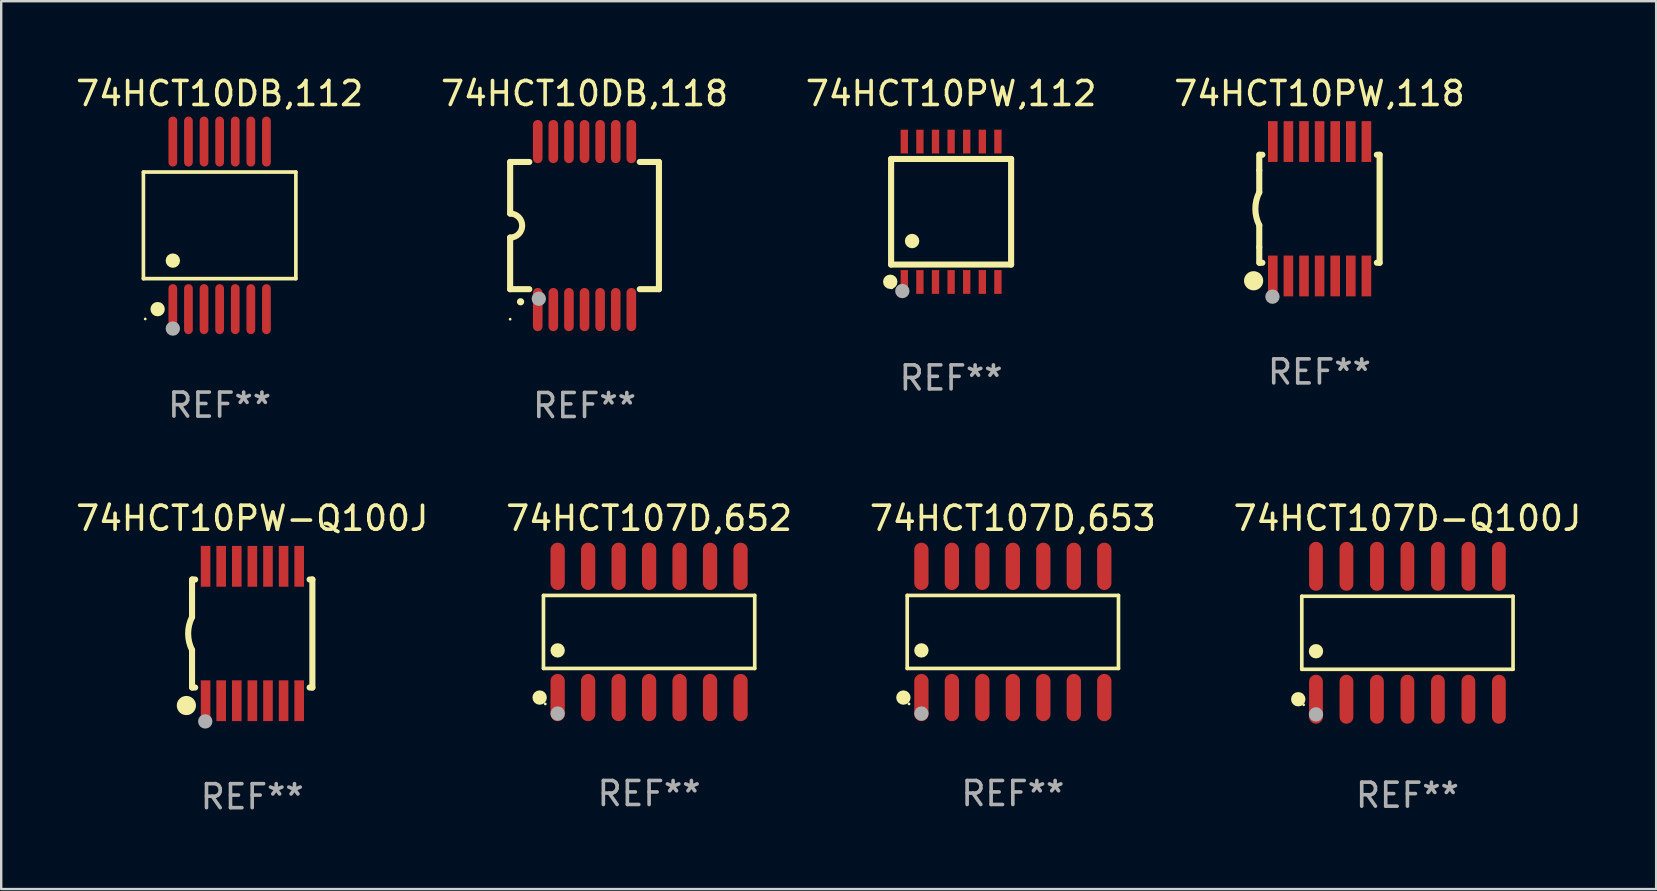
<source format=kicad_pcb>
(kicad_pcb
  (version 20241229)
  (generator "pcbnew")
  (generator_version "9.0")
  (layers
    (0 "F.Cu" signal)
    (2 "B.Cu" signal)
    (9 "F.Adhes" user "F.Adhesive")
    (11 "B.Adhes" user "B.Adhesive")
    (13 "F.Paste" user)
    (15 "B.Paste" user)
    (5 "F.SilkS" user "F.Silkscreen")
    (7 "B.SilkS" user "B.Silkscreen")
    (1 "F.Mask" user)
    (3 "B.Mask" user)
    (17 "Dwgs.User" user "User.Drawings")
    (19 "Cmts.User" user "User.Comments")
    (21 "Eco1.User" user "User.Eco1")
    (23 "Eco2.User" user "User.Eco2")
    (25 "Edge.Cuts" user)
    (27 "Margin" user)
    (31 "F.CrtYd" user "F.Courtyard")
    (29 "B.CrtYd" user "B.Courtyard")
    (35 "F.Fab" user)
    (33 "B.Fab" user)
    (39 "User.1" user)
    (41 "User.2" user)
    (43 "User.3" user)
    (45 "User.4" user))
  (footprint "74HCT10PW,118"
    (layer "F.Cu")
    (at 51.923 5.648)
    (property "Reference" "74HCT10PW,118" (at 0 -4.8 0) (layer "F.SilkS") (effects (font (size 1 1) (thickness 0.15))))
    (attr through_hole)
    (fp_line (start -2.507 -1.6) (end -2.507 -2.25) (stroke (width 0.254) (type solid)) (layer "F.SilkS"))
    (fp_line (start -2.507 -0.686) (end -2.507 -1.6) (stroke (width 0.254) (type solid)) (layer "F.SilkS"))
    (fp_line (start -2.507 1.6) (end -2.507 0.686) (stroke (width 0.254) (type solid)) (layer "F.SilkS"))
    (fp_line (start -2.507 1.6) (end -2.507 2.25) (stroke (width 0.254) (type solid)) (layer "F.SilkS"))
    (fp_line (start -2.493 -2.25) (end -2.377 -2.25) (stroke (width 0.254) (type solid)) (layer "F.SilkS"))
    (fp_line (start -2.377 2.25) (end -2.493 2.25) (stroke (width 0.254) (type solid)) (layer "F.SilkS"))
    (fp_line (start 2.392 -2.25) (end 2.507 -2.25) (stroke (width 0.254) (type solid)) (layer "F.SilkS"))
    (fp_line (start 2.507 -2.25) (end 2.507 2.25) (stroke (width 0.254) (type solid)) (layer "F.SilkS"))
    (fp_line (start 2.507 2.25) (end 2.392 2.25) (stroke (width 0.254) (type solid)) (layer "F.SilkS"))
    (fp_arc (start -2.507303 0.685802) (mid -2.669199 0) (end -2.507303 -0.685801) (stroke (width 0.254001) (type solid)) (layer "F.SilkS"))
    (fp_circle (center -2.743 3) (end -2.543 3) (stroke (width 0.4) (type solid)) (fill no) (layer "F.SilkS"))
    (fp_circle (center -2.493 3.2) (end -2.463 3.2) (stroke (width 0.06) (type solid)) (fill no) (layer "F.SilkS"))
    (fp_circle (center -1.957 3.662) (end -1.807 3.662) (stroke (width 0.3) (type solid)) (fill no) (layer "F.Fab"))
    (fp_text user "REF**" (at 0 6.8 0) (layer "F.Fab") (effects (font (size 1 1) (thickness 0.15))))
    (pad "1" smd rect (at -1.943 2.8) (size 0.4 1.7) (layers "F.Cu" "F.Mask" "F.Paste"))
    (pad "2" smd rect (at -1.293 2.8) (size 0.4 1.7) (layers "F.Cu" "F.Mask" "F.Paste"))
    (pad "3" smd rect (at -0.643 2.8) (size 0.4 1.7) (layers "F.Cu" "F.Mask" "F.Paste"))
    (pad "4" smd rect (at 0.007 2.8) (size 0.4 1.7) (layers "F.Cu" "F.Mask" "F.Paste"))
    (pad "5" smd rect (at 0.657 2.8) (size 0.4 1.7) (layers "F.Cu" "F.Mask" "F.Paste"))
    (pad "6" smd rect (at 1.307 2.8) (size 0.4 1.7) (layers "F.Cu" "F.Mask" "F.Paste"))
    (pad "7" smd rect (at 1.957 2.8) (size 0.4 1.7) (layers "F.Cu" "F.Mask" "F.Paste"))
    (pad "8" smd rect (at 1.957 -2.8) (size 0.4 1.7) (layers "F.Cu" "F.Mask" "F.Paste"))
    (pad "9" smd rect (at 1.307 -2.8) (size 0.4 1.7) (layers "F.Cu" "F.Mask" "F.Paste"))
    (pad "10" smd rect (at 0.657 -2.8) (size 0.4 1.7) (layers "F.Cu" "F.Mask" "F.Paste"))
    (pad "11" smd rect (at 0.007 -2.8) (size 0.4 1.7) (layers "F.Cu" "F.Mask" "F.Paste"))
    (pad "12" smd rect (at -0.643 -2.8) (size 0.4 1.7) (layers "F.Cu" "F.Mask" "F.Paste"))
    (pad "13" smd rect (at -1.293 -2.8) (size 0.4 1.7) (layers "F.Cu" "F.Mask" "F.Paste"))
    (pad "14" smd rect (at -1.943 -2.8) (size 0.4 1.7) (layers "F.Cu" "F.Mask" "F.Paste")))
  (footprint "74HCT10DB,112"
    (layer "F.Cu")
    (at 6.101 6.339)
    (property "Reference" "74HCT10DB,112" (at 0 -5.491 0) (layer "F.SilkS") (effects (font (size 1 1) (thickness 0.15))))
    (attr through_hole)
    (fp_line (start -3.176 -2.221) (end 3.176 -2.221) (stroke (width 0.152) (type solid)) (layer "F.SilkS"))
    (fp_line (start -3.176 2.221) (end -3.176 -2.221) (stroke (width 0.152) (type solid)) (layer "F.SilkS"))
    (fp_line (start 3.176 -2.221) (end 3.176 2.221) (stroke (width 0.152) (type solid)) (layer "F.SilkS"))
    (fp_line (start 3.176 2.221) (end -3.176 2.221) (stroke (width 0.152) (type solid)) (layer "F.SilkS"))
    (fp_circle (center -3.1 3.9) (end -3.07 3.9) (stroke (width 0.06) (type solid)) (fill no) (layer "F.SilkS"))
    (fp_circle (center -2.584 3.491) (end -2.434 3.491) (stroke (width 0.3) (type solid)) (fill no) (layer "F.SilkS"))
    (fp_circle (center -1.95 1.469) (end -1.8 1.469) (stroke (width 0.3) (type solid)) (fill no) (layer "F.SilkS"))
    (fp_circle (center -1.95 4.3) (end -1.8 4.3) (stroke (width 0.3) (type solid)) (fill no) (layer "F.Fab"))
    (fp_text user "REF**" (at 0 7.491 0) (layer "F.Fab") (effects (font (size 1 1) (thickness 0.15))))
    (pad "1" smd oval (at -1.95 3.491) (size 0.364 2.082) (layers "F.Cu" "F.Mask" "F.Paste"))
    (pad "2" smd oval (at -1.3 3.491) (size 0.364 2.082) (layers "F.Cu" "F.Mask" "F.Paste"))
    (pad "3" smd oval (at -0.65 3.491) (size 0.364 2.082) (layers "F.Cu" "F.Mask" "F.Paste"))
    (pad "4" smd oval (at 0 3.491) (size 0.364 2.082) (layers "F.Cu" "F.Mask" "F.Paste"))
    (pad "5" smd oval (at 0.65 3.491) (size 0.364 2.082) (layers "F.Cu" "F.Mask" "F.Paste"))
    (pad "6" smd oval (at 1.3 3.491) (size 0.364 2.082) (layers "F.Cu" "F.Mask" "F.Paste"))
    (pad "7" smd oval (at 1.95 3.491) (size 0.364 2.082) (layers "F.Cu" "F.Mask" "F.Paste"))
    (pad "8" smd oval (at 1.95 -3.491) (size 0.364 2.082) (layers "F.Cu" "F.Mask" "F.Paste"))
    (pad "9" smd oval (at 1.3 -3.491) (size 0.364 2.082) (layers "F.Cu" "F.Mask" "F.Paste"))
    (pad "10" smd oval (at 0.65 -3.491) (size 0.364 2.082) (layers "F.Cu" "F.Mask" "F.Paste"))
    (pad "11" smd oval (at 0 -3.491) (size 0.364 2.082) (layers "F.Cu" "F.Mask" "F.Paste"))
    (pad "12" smd oval (at -0.65 -3.491) (size 0.364 2.082) (layers "F.Cu" "F.Mask" "F.Paste"))
    (pad "13" smd oval (at -1.3 -3.491) (size 0.364 2.082) (layers "F.Cu" "F.Mask" "F.Paste"))
    (pad "14" smd oval (at -1.95 -3.491) (size 0.364 2.082) (layers "F.Cu" "F.Mask" "F.Paste")))
  (footprint "74HCT107D,653"
    (layer "F.Cu")
    (at 39.149 23.279)
    (property "Reference" "74HCT107D,653" (at 0 -4.734 0) (layer "F.SilkS") (effects (font (size 1 1) (thickness 0.15))))
    (attr through_hole)
    (fp_line (start -4.401 -1.521) (end 4.401 -1.521) (stroke (width 0.152) (type solid)) (layer "F.SilkS"))
    (fp_line (start -4.401 1.521) (end -4.401 -1.521) (stroke (width 0.152) (type solid)) (layer "F.SilkS"))
    (fp_line (start 4.401 -1.521) (end 4.401 1.521) (stroke (width 0.152) (type solid)) (layer "F.SilkS"))
    (fp_line (start 4.401 1.521) (end -4.401 1.521) (stroke (width 0.152) (type solid)) (layer "F.SilkS"))
    (fp_circle (center -4.56 2.734) (end -4.41 2.734) (stroke (width 0.3) (type solid)) (fill no) (layer "F.SilkS"))
    (fp_circle (center -4.325 3) (end -4.295 3) (stroke (width 0.06) (type solid)) (fill no) (layer "F.SilkS"))
    (fp_circle (center -3.81 0.769) (end -3.66 0.769) (stroke (width 0.3) (type solid)) (fill no) (layer "F.SilkS"))
    (fp_circle (center -3.81 3.4) (end -3.66 3.4) (stroke (width 0.3) (type solid)) (fill no) (layer "F.Fab"))
    (fp_text user "REF**" (at 0 6.734 0) (layer "F.Fab") (effects (font (size 1 1) (thickness 0.15))))
    (pad "1" smd oval (at -3.81 2.734) (size 0.595 1.968) (layers "F.Cu" "F.Mask" "F.Paste"))
    (pad "2" smd oval (at -2.54 2.734) (size 0.595 1.968) (layers "F.Cu" "F.Mask" "F.Paste"))
    (pad "3" smd oval (at -1.27 2.734) (size 0.595 1.968) (layers "F.Cu" "F.Mask" "F.Paste"))
    (pad "4" smd oval (at 0 2.734) (size 0.595 1.968) (layers "F.Cu" "F.Mask" "F.Paste"))
    (pad "5" smd oval (at 1.27 2.734) (size 0.595 1.968) (layers "F.Cu" "F.Mask" "F.Paste"))
    (pad "6" smd oval (at 2.54 2.734) (size 0.595 1.968) (layers "F.Cu" "F.Mask" "F.Paste"))
    (pad "7" smd oval (at 3.81 2.734) (size 0.595 1.968) (layers "F.Cu" "F.Mask" "F.Paste"))
    (pad "8" smd oval (at 3.81 -2.734) (size 0.595 1.968) (layers "F.Cu" "F.Mask" "F.Paste"))
    (pad "9" smd oval (at 2.54 -2.734) (size 0.595 1.968) (layers "F.Cu" "F.Mask" "F.Paste"))
    (pad "10" smd oval (at 1.27 -2.734) (size 0.595 1.968) (layers "F.Cu" "F.Mask" "F.Paste"))
    (pad "11" smd oval (at 0 -2.734) (size 0.595 1.968) (layers "F.Cu" "F.Mask" "F.Paste"))
    (pad "12" smd oval (at -1.27 -2.734) (size 0.595 1.968) (layers "F.Cu" "F.Mask" "F.Paste"))
    (pad "13" smd oval (at -2.54 -2.734) (size 0.595 1.968) (layers "F.Cu" "F.Mask" "F.Paste"))
    (pad "14" smd oval (at -3.81 -2.734) (size 0.595 1.968) (layers "F.Cu" "F.Mask" "F.Paste")))
  (footprint "74HCT10PW,112"
    (layer "F.Cu")
    (at 36.577 5.773)
    (property "Reference" "74HCT10PW,112" (at 0 -4.925 0) (layer "F.SilkS") (effects (font (size 1 1) (thickness 0.15))))
    (attr through_hole)
    (fp_line (start -2.5 2.2) (end -2.5 -2.2) (stroke (width 0.254) (type solid)) (layer "F.SilkS"))
    (fp_line (start -2.5 2.2) (end 2.5 2.2) (stroke (width 0.254) (type solid)) (layer "F.SilkS"))
    (fp_line (start 2.5 -2.2) (end -2.5 -2.2) (stroke (width 0.254) (type solid)) (layer "F.SilkS"))
    (fp_line (start 2.5 -2.2) (end 2.5 2.2) (stroke (width 0.254) (type solid)) (layer "F.SilkS"))
    (fp_circle (center -2.536 2.917) (end -2.386 2.917) (stroke (width 0.3) (type solid)) (fill no) (layer "F.SilkS"))
    (fp_circle (center -2.47 3.17) (end -2.44 3.17) (stroke (width 0.06) (type solid)) (fill no) (layer "F.SilkS"))
    (fp_circle (center -1.626 1.219) (end -1.475 1.219) (stroke (width 0.3) (type solid)) (fill no) (layer "F.SilkS"))
    (fp_circle (center -2.032 3.302) (end -1.882 3.302) (stroke (width 0.3) (type solid)) (fill no) (layer "F.Fab"))
    (fp_text user "REF**" (at 0 6.925 0) (layer "F.Fab") (effects (font (size 1 1) (thickness 0.15))))
    (pad "1" smd rect (at -1.95 2.925) (size 0.305 0.991) (layers "F.Cu" "F.Mask" "F.Paste"))
    (pad "2" smd rect (at -1.3 2.925) (size 0.305 0.991) (layers "F.Cu" "F.Mask" "F.Paste"))
    (pad "3" smd rect (at -0.65 2.925) (size 0.305 0.991) (layers "F.Cu" "F.Mask" "F.Paste"))
    (pad "4" smd rect (at 0 2.925) (size 0.305 0.991) (layers "F.Cu" "F.Mask" "F.Paste"))
    (pad "5" smd rect (at 0.65 2.925) (size 0.305 0.991) (layers "F.Cu" "F.Mask" "F.Paste"))
    (pad "6" smd rect (at 1.3 2.925) (size 0.305 0.991) (layers "F.Cu" "F.Mask" "F.Paste"))
    (pad "7" smd rect (at 1.95 2.925) (size 0.305 0.991) (layers "F.Cu" "F.Mask" "F.Paste"))
    (pad "8" smd rect (at 1.95 -2.925) (size 0.305 0.991) (layers "F.Cu" "F.Mask" "F.Paste"))
    (pad "9" smd rect (at 1.3 -2.925) (size 0.305 0.991) (layers "F.Cu" "F.Mask" "F.Paste"))
    (pad "10" smd rect (at 0.65 -2.925) (size 0.305 0.991) (layers "F.Cu" "F.Mask" "F.Paste"))
    (pad "11" smd rect (at 0 -2.925) (size 0.305 0.991) (layers "F.Cu" "F.Mask" "F.Paste"))
    (pad "12" smd rect (at -0.65 -2.925) (size 0.305 0.991) (layers "F.Cu" "F.Mask" "F.Paste"))
    (pad "13" smd rect (at -1.3 -2.925) (size 0.305 0.991) (layers "F.Cu" "F.Mask" "F.Paste"))
    (pad "14" smd rect (at -1.95 -2.925) (size 0.305 0.991) (layers "F.Cu" "F.Mask" "F.Paste")))
  (footprint "74HCT107D,652"
    (layer "F.Cu")
    (at 23.994 23.279)
    (property "Reference" "74HCT107D,652" (at 0 -4.734 0) (layer "F.SilkS") (effects (font (size 1 1) (thickness 0.15))))
    (attr through_hole)
    (fp_line (start -4.401 -1.521) (end 4.401 -1.521) (stroke (width 0.152) (type solid)) (layer "F.SilkS"))
    (fp_line (start -4.401 1.521) (end -4.401 -1.521) (stroke (width 0.152) (type solid)) (layer "F.SilkS"))
    (fp_line (start 4.401 -1.521) (end 4.401 1.521) (stroke (width 0.152) (type solid)) (layer "F.SilkS"))
    (fp_line (start 4.401 1.521) (end -4.401 1.521) (stroke (width 0.152) (type solid)) (layer "F.SilkS"))
    (fp_circle (center -4.56 2.734) (end -4.41 2.734) (stroke (width 0.3) (type solid)) (fill no) (layer "F.SilkS"))
    (fp_circle (center -4.325 3) (end -4.295 3) (stroke (width 0.06) (type solid)) (fill no) (layer "F.SilkS"))
    (fp_circle (center -3.81 0.769) (end -3.66 0.769) (stroke (width 0.3) (type solid)) (fill no) (layer "F.SilkS"))
    (fp_circle (center -3.81 3.4) (end -3.66 3.4) (stroke (width 0.3) (type solid)) (fill no) (layer "F.Fab"))
    (fp_text user "REF**" (at 0 6.734 0) (layer "F.Fab") (effects (font (size 1 1) (thickness 0.15))))
    (pad "1" smd oval (at -3.81 2.734) (size 0.595 1.968) (layers "F.Cu" "F.Mask" "F.Paste"))
    (pad "2" smd oval (at -2.54 2.734) (size 0.595 1.968) (layers "F.Cu" "F.Mask" "F.Paste"))
    (pad "3" smd oval (at -1.27 2.734) (size 0.595 1.968) (layers "F.Cu" "F.Mask" "F.Paste"))
    (pad "4" smd oval (at 0 2.734) (size 0.595 1.968) (layers "F.Cu" "F.Mask" "F.Paste"))
    (pad "5" smd oval (at 1.27 2.734) (size 0.595 1.968) (layers "F.Cu" "F.Mask" "F.Paste"))
    (pad "6" smd oval (at 2.54 2.734) (size 0.595 1.968) (layers "F.Cu" "F.Mask" "F.Paste"))
    (pad "7" smd oval (at 3.81 2.734) (size 0.595 1.968) (layers "F.Cu" "F.Mask" "F.Paste"))
    (pad "8" smd oval (at 3.81 -2.734) (size 0.595 1.968) (layers "F.Cu" "F.Mask" "F.Paste"))
    (pad "9" smd oval (at 2.54 -2.734) (size 0.595 1.968) (layers "F.Cu" "F.Mask" "F.Paste"))
    (pad "10" smd oval (at 1.27 -2.734) (size 0.595 1.968) (layers "F.Cu" "F.Mask" "F.Paste"))
    (pad "11" smd oval (at 0 -2.734) (size 0.595 1.968) (layers "F.Cu" "F.Mask" "F.Paste"))
    (pad "12" smd oval (at -1.27 -2.734) (size 0.595 1.968) (layers "F.Cu" "F.Mask" "F.Paste"))
    (pad "13" smd oval (at -2.54 -2.734) (size 0.595 1.968) (layers "F.Cu" "F.Mask" "F.Paste"))
    (pad "14" smd oval (at -3.81 -2.734) (size 0.595 1.968) (layers "F.Cu" "F.Mask" "F.Paste")))
  (footprint "74HCT10DB,118"
    (layer "F.Cu")
    (at 21.304 6.348)
    (property "Reference" "74HCT10DB,118" (at 0 -5.5 0) (layer "F.SilkS") (effects (font (size 1 1) (thickness 0.15))))
    (attr through_hole)
    (fp_line (start -3.1 2.65) (end -3.1 0.5) (stroke (width 0.254) (type solid)) (layer "F.SilkS"))
    (fp_line (start -3.099 -2.65) (end -2.301 -2.65) (stroke (width 0.254) (type solid)) (layer "F.SilkS"))
    (fp_line (start -3.099 -0.5) (end -3.099 -2.65) (stroke (width 0.254) (type solid)) (layer "F.SilkS"))
    (fp_line (start -2.301 2.65) (end -3.1 2.65) (stroke (width 0.254) (type solid)) (layer "F.SilkS"))
    (fp_line (start 2.301 -2.65) (end 3.1 -2.65) (stroke (width 0.254) (type solid)) (layer "F.SilkS"))
    (fp_line (start 3.1 -2.65) (end 3.1 2.65) (stroke (width 0.254) (type solid)) (layer "F.SilkS"))
    (fp_line (start 3.1 2.65) (end 2.301 2.65) (stroke (width 0.254) (type solid)) (layer "F.SilkS"))
    (fp_arc (start -3.098806 -0.500381) (mid -2.598806 0) (end -3.098806 0.500381) (stroke (width 0.254001) (type solid)) (layer "F.SilkS"))
    (fp_arc (start -2.667005 3.175006) (mid -2.665735 3.175001) (end -2.664465 3.175006) (stroke (width 0.3) (type solid)) (layer "F.SilkS"))
    (fp_circle (center -3.1 3.9) (end -3.07 3.9) (stroke (width 0.06) (type solid)) (fill no) (layer "F.SilkS"))
    (fp_circle (center -1.905 3.048) (end -1.755 3.048) (stroke (width 0.3) (type solid)) (fill no) (layer "F.Fab"))
    (fp_text user "REF**" (at 0 7.5 0) (layer "F.Fab") (effects (font (size 1 1) (thickness 0.15))))
    (pad "1" smd oval (at -1.95 3.5 270) (size 1.8 0.4) (layers "F.Cu" "F.Mask" "F.Paste"))
    (pad "2" smd oval (at -1.3 3.5 270) (size 1.8 0.4) (layers "F.Cu" "F.Mask" "F.Paste"))
    (pad "3" smd oval (at -0.65 3.5 270) (size 1.8 0.4) (layers "F.Cu" "F.Mask" "F.Paste"))
    (pad "4" smd oval (at 0 3.5 270) (size 1.8 0.4) (layers "F.Cu" "F.Mask" "F.Paste"))
    (pad "5" smd oval (at 0.65 3.5 270) (size 1.8 0.4) (layers "F.Cu" "F.Mask" "F.Paste"))
    (pad "6" smd oval (at 1.3 3.5 270) (size 1.8 0.4) (layers "F.Cu" "F.Mask" "F.Paste"))
    (pad "7" smd oval (at 1.95 3.5 270) (size 1.8 0.4) (layers "F.Cu" "F.Mask" "F.Paste"))
    (pad "8" smd oval (at 1.95 -3.5 90) (size 1.8 0.4) (layers "F.Cu" "F.Mask" "F.Paste"))
    (pad "9" smd oval (at 1.3 -3.5 90) (size 1.8 0.4) (layers "F.Cu" "F.Mask" "F.Paste"))
    (pad "10" smd oval (at 0.65 -3.5 90) (size 1.8 0.4) (layers "F.Cu" "F.Mask" "F.Paste"))
    (pad "11" smd oval (at 0 -3.5 90) (size 1.8 0.4) (layers "F.Cu" "F.Mask" "F.Paste"))
    (pad "12" smd oval (at -0.65 -3.5 90) (size 1.8 0.4) (layers "F.Cu" "F.Mask" "F.Paste"))
    (pad "13" smd oval (at -1.3 -3.5 90) (size 1.8 0.4) (layers "F.Cu" "F.Mask" "F.Paste"))
    (pad "14" smd oval (at -1.95 -3.5 90) (size 1.8 0.4) (layers "F.Cu" "F.Mask" "F.Paste")))
  (footprint "74HCT10PW-Q100J"
    (layer "F.Cu")
    (at 7.458 23.345)
    (property "Reference" "74HCT10PW-Q100J" (at 0 -4.8 0) (layer "F.SilkS") (effects (font (size 1 1) (thickness 0.15))))
    (attr through_hole)
    (fp_line (start -2.507 -1.6) (end -2.507 -2.25) (stroke (width 0.254) (type solid)) (layer "F.SilkS"))
    (fp_line (start -2.507 -0.686) (end -2.507 -1.6) (stroke (width 0.254) (type solid)) (layer "F.SilkS"))
    (fp_line (start -2.507 1.6) (end -2.507 0.686) (stroke (width 0.254) (type solid)) (layer "F.SilkS"))
    (fp_line (start -2.507 1.6) (end -2.507 2.25) (stroke (width 0.254) (type solid)) (layer "F.SilkS"))
    (fp_line (start -2.493 -2.25) (end -2.377 -2.25) (stroke (width 0.254) (type solid)) (layer "F.SilkS"))
    (fp_line (start -2.377 2.25) (end -2.493 2.25) (stroke (width 0.254) (type solid)) (layer "F.SilkS"))
    (fp_line (start 2.392 -2.25) (end 2.507 -2.25) (stroke (width 0.254) (type solid)) (layer "F.SilkS"))
    (fp_line (start 2.507 -2.25) (end 2.507 2.25) (stroke (width 0.254) (type solid)) (layer "F.SilkS"))
    (fp_line (start 2.507 2.25) (end 2.392 2.25) (stroke (width 0.254) (type solid)) (layer "F.SilkS"))
    (fp_arc (start -2.507303 0.685802) (mid -2.669199 0) (end -2.507303 -0.685801) (stroke (width 0.254001) (type solid)) (layer "F.SilkS"))
    (fp_circle (center -2.743 3) (end -2.543 3) (stroke (width 0.4) (type solid)) (fill no) (layer "F.SilkS"))
    (fp_circle (center -2.493 3.2) (end -2.463 3.2) (stroke (width 0.06) (type solid)) (fill no) (layer "F.SilkS"))
    (fp_circle (center -1.957 3.662) (end -1.807 3.662) (stroke (width 0.3) (type solid)) (fill no) (layer "F.Fab"))
    (fp_text user "REF**" (at 0 6.8 0) (layer "F.Fab") (effects (font (size 1 1) (thickness 0.15))))
    (pad "1" smd rect (at -1.943 2.8) (size 0.4 1.7) (layers "F.Cu" "F.Mask" "F.Paste"))
    (pad "2" smd rect (at -1.293 2.8) (size 0.4 1.7) (layers "F.Cu" "F.Mask" "F.Paste"))
    (pad "3" smd rect (at -0.643 2.8) (size 0.4 1.7) (layers "F.Cu" "F.Mask" "F.Paste"))
    (pad "4" smd rect (at 0.007 2.8) (size 0.4 1.7) (layers "F.Cu" "F.Mask" "F.Paste"))
    (pad "5" smd rect (at 0.657 2.8) (size 0.4 1.7) (layers "F.Cu" "F.Mask" "F.Paste"))
    (pad "6" smd rect (at 1.307 2.8) (size 0.4 1.7) (layers "F.Cu" "F.Mask" "F.Paste"))
    (pad "7" smd rect (at 1.957 2.8) (size 0.4 1.7) (layers "F.Cu" "F.Mask" "F.Paste"))
    (pad "8" smd rect (at 1.957 -2.8) (size 0.4 1.7) (layers "F.Cu" "F.Mask" "F.Paste"))
    (pad "9" smd rect (at 1.307 -2.8) (size 0.4 1.7) (layers "F.Cu" "F.Mask" "F.Paste"))
    (pad "10" smd rect (at 0.657 -2.8) (size 0.4 1.7) (layers "F.Cu" "F.Mask" "F.Paste"))
    (pad "11" smd rect (at 0.007 -2.8) (size 0.4 1.7) (layers "F.Cu" "F.Mask" "F.Paste"))
    (pad "12" smd rect (at -0.643 -2.8) (size 0.4 1.7) (layers "F.Cu" "F.Mask" "F.Paste"))
    (pad "13" smd rect (at -1.293 -2.8) (size 0.4 1.7) (layers "F.Cu" "F.Mask" "F.Paste"))
    (pad "14" smd rect (at -1.943 -2.8) (size 0.4 1.7) (layers "F.Cu" "F.Mask" "F.Paste")))
  (footprint "74HCT107D-Q100J"
    (layer "F.Cu")
    (at 55.589 23.314)
    (property "Reference" "74HCT107D-Q100J" (at 0 -4.769 0) (layer "F.SilkS") (effects (font (size 1 1) (thickness 0.15))))
    (attr through_hole)
    (fp_line (start -4.401 -1.521) (end 4.401 -1.521) (stroke (width 0.152) (type solid)) (layer "F.SilkS"))
    (fp_line (start -4.401 1.521) (end -4.401 -1.521) (stroke (width 0.152) (type solid)) (layer "F.SilkS"))
    (fp_line (start 4.401 -1.521) (end 4.401 1.521) (stroke (width 0.152) (type solid)) (layer "F.SilkS"))
    (fp_line (start 4.401 1.521) (end -4.401 1.521) (stroke (width 0.152) (type solid)) (layer "F.SilkS"))
    (fp_circle (center -4.549 2.769) (end -4.399 2.769) (stroke (width 0.3) (type solid)) (fill no) (layer "F.SilkS"))
    (fp_circle (center -4.325 3) (end -4.295 3) (stroke (width 0.06) (type solid)) (fill no) (layer "F.SilkS"))
    (fp_circle (center -3.81 0.769) (end -3.66 0.769) (stroke (width 0.3) (type solid)) (fill no) (layer "F.SilkS"))
    (fp_circle (center -3.81 3.4) (end -3.66 3.4) (stroke (width 0.3) (type solid)) (fill no) (layer "F.Fab"))
    (fp_text user "REF**" (at 0 6.769 0) (layer "F.Fab") (effects (font (size 1 1) (thickness 0.15))))
    (pad "1" smd oval (at -3.81 2.769) (size 0.574 2.038) (layers "F.Cu" "F.Mask" "F.Paste"))
    (pad "2" smd oval (at -2.54 2.769) (size 0.574 2.038) (layers "F.Cu" "F.Mask" "F.Paste"))
    (pad "3" smd oval (at -1.27 2.769) (size 0.574 2.038) (layers "F.Cu" "F.Mask" "F.Paste"))
    (pad "4" smd oval (at 0 2.769) (size 0.574 2.038) (layers "F.Cu" "F.Mask" "F.Paste"))
    (pad "5" smd oval (at 1.27 2.769) (size 0.574 2.038) (layers "F.Cu" "F.Mask" "F.Paste"))
    (pad "6" smd oval (at 2.54 2.769) (size 0.574 2.038) (layers "F.Cu" "F.Mask" "F.Paste"))
    (pad "7" smd oval (at 3.81 2.769) (size 0.574 2.038) (layers "F.Cu" "F.Mask" "F.Paste"))
    (pad "8" smd oval (at 3.81 -2.769) (size 0.574 2.038) (layers "F.Cu" "F.Mask" "F.Paste"))
    (pad "9" smd oval (at 2.54 -2.769) (size 0.574 2.038) (layers "F.Cu" "F.Mask" "F.Paste"))
    (pad "10" smd oval (at 1.27 -2.769) (size 0.574 2.038) (layers "F.Cu" "F.Mask" "F.Paste"))
    (pad "11" smd oval (at 0 -2.769) (size 0.574 2.038) (layers "F.Cu" "F.Mask" "F.Paste"))
    (pad "12" smd oval (at -1.27 -2.769) (size 0.574 2.038) (layers "F.Cu" "F.Mask" "F.Paste"))
    (pad "13" smd oval (at -2.54 -2.769) (size 0.574 2.038) (layers "F.Cu" "F.Mask" "F.Paste"))
    (pad "14" smd oval (at -3.81 -2.769) (size 0.574 2.038) (layers "F.Cu" "F.Mask" "F.Paste")))
  (gr_rect
    (start -3 -3)
    (end 65.952 33.993)
    (stroke (width 0.1) (type default))
    (fill no)
    (layer "Edge.Cuts")))
</source>
